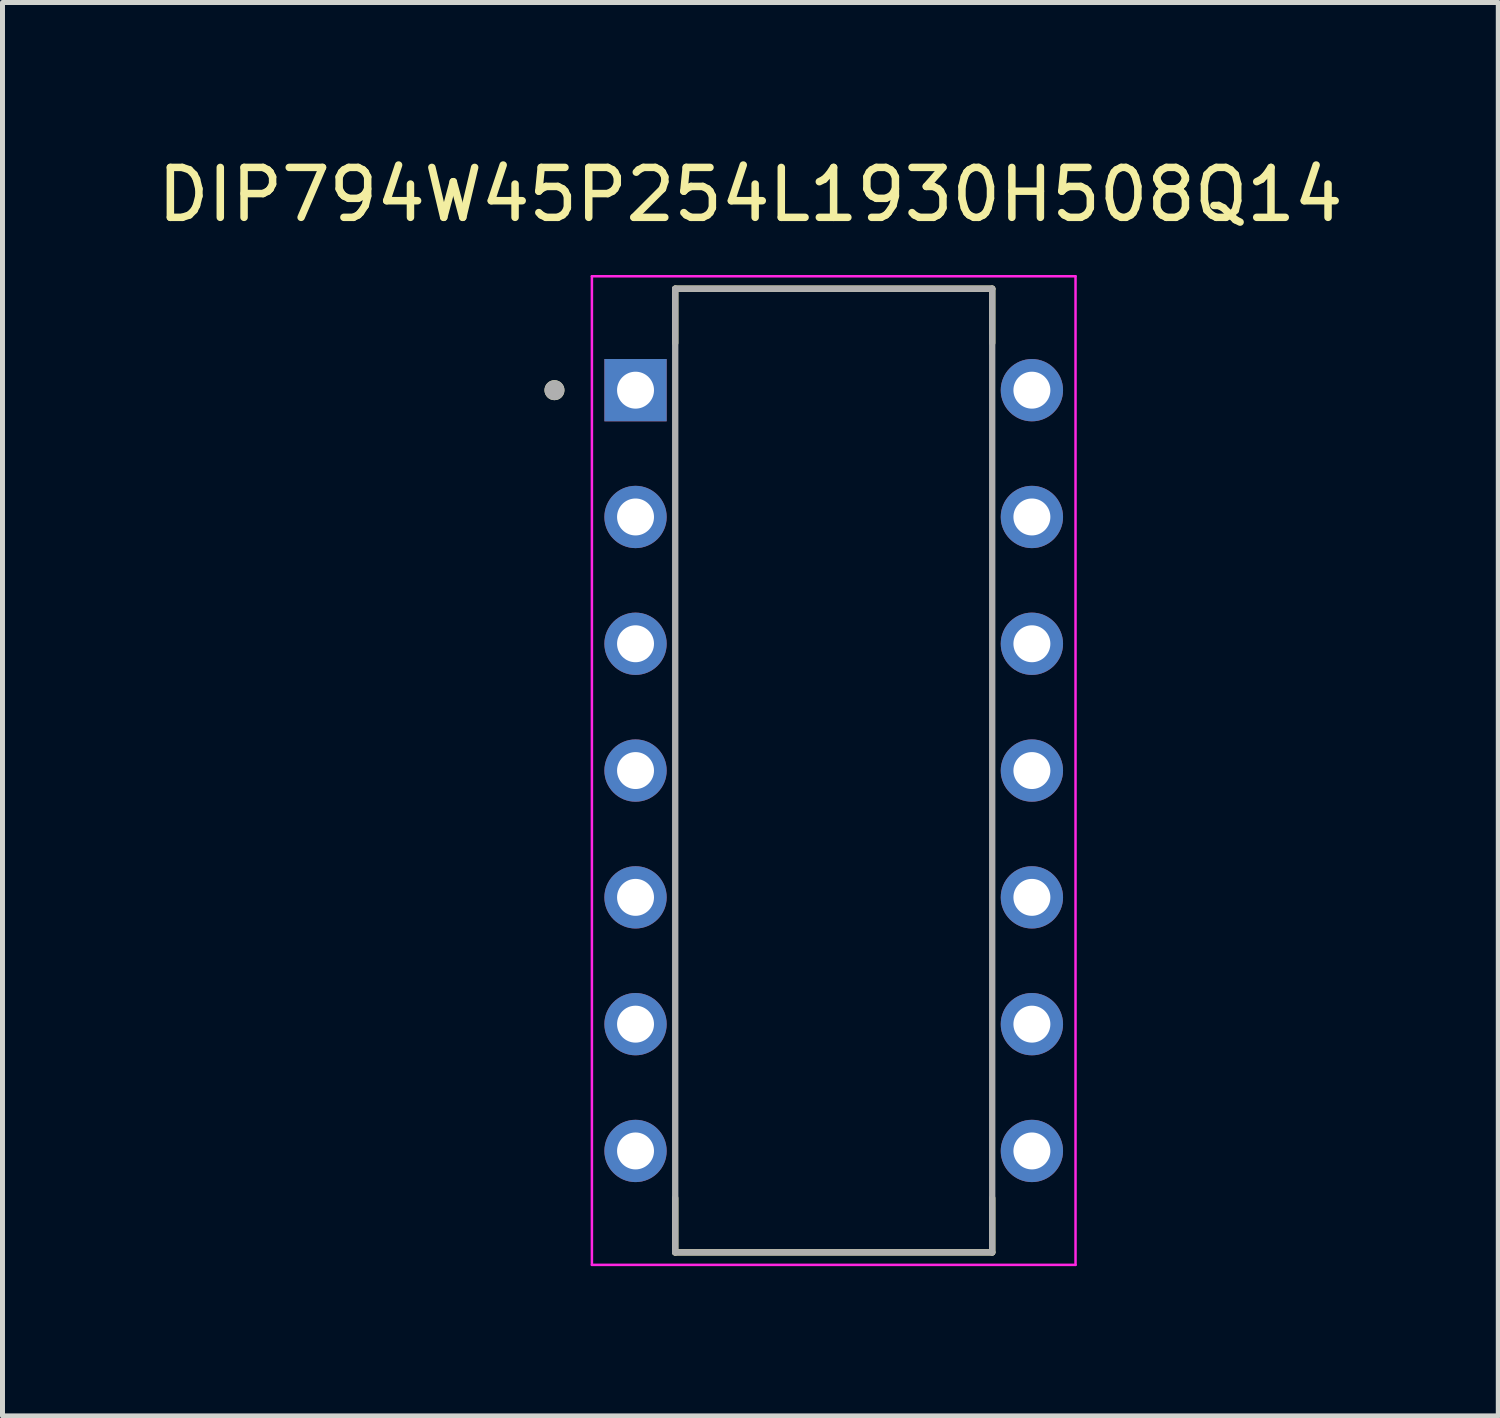
<source format=kicad_pcb>
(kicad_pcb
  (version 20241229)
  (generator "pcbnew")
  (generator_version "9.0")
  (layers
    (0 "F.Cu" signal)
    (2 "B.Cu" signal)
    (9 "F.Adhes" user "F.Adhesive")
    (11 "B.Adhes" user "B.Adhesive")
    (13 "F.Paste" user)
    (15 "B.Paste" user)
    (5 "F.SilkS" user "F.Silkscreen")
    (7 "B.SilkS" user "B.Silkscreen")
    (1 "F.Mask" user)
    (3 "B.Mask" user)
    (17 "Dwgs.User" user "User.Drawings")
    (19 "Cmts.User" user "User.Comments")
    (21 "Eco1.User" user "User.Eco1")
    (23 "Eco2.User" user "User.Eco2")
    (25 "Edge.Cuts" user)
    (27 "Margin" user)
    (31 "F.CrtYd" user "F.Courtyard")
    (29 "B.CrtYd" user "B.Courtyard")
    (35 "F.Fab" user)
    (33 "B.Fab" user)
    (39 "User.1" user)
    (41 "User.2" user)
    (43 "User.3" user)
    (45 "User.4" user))
  (footprint "DIP794W45P254L1930H508Q14"
    (layer "F.Cu")
    (at 13.651 12.386)
    (property "Reference" "DIP794W45P254L1930H508Q14" (at -1.669 -11.537 0) (layer "F.SilkS") (effects (font (size 1 1) (thickness 0.15))))
    (attr through_hole)
    (fp_line (start -3.175 -9.652) (end -3.175 -8.564) (stroke (width 0.127) (type solid)) (layer "F.SilkS"))
    (fp_line (start -3.175 -9.652) (end 3.175 -9.652) (stroke (width 0.127) (type solid)) (layer "F.SilkS"))
    (fp_line (start -3.175 9.652) (end -3.175 8.564) (stroke (width 0.127) (type solid)) (layer "F.SilkS"))
    (fp_line (start -3.175 9.652) (end 3.175 9.652) (stroke (width 0.127) (type solid)) (layer "F.SilkS"))
    (fp_line (start 3.175 -9.652) (end 3.175 -8.564) (stroke (width 0.127) (type solid)) (layer "F.SilkS"))
    (fp_line (start 3.175 9.652) (end 3.175 8.564) (stroke (width 0.127) (type solid)) (layer "F.SilkS"))
    (fp_circle (center -5.594 -7.62) (end -5.494 -7.62) (stroke (width 0.2) (type solid)) (fill no) (layer "F.SilkS"))
    (fp_line (start -4.844 -9.902) (end -4.844 9.902) (stroke (width 0.05) (type solid)) (layer "F.CrtYd"))
    (fp_line (start -4.844 9.902) (end 4.844 9.902) (stroke (width 0.05) (type solid)) (layer "F.CrtYd"))
    (fp_line (start 4.844 -9.902) (end -4.844 -9.902) (stroke (width 0.05) (type solid)) (layer "F.CrtYd"))
    (fp_line (start 4.844 9.902) (end 4.844 -9.902) (stroke (width 0.05) (type solid)) (layer "F.CrtYd"))
    (fp_line (start -3.175 -9.652) (end -3.175 9.652) (stroke (width 0.127) (type solid)) (layer "F.Fab"))
    (fp_line (start -3.175 -9.652) (end 3.175 -9.652) (stroke (width 0.127) (type solid)) (layer "F.Fab"))
    (fp_line (start -3.175 9.652) (end 3.175 9.652) (stroke (width 0.127) (type solid)) (layer "F.Fab"))
    (fp_line (start 3.175 -9.652) (end 3.175 9.652) (stroke (width 0.127) (type solid)) (layer "F.Fab"))
    (fp_circle (center -5.594 -7.62) (end -5.494 -7.62) (stroke (width 0.2) (type solid)) (fill no) (layer "F.Fab"))
    (pad "1" thru_hole rect (at -3.97 -7.62) (size 1.248 1.248) (drill 0.74) (layers "*.Cu" "*.Mask"))
    (pad "2" thru_hole circle (at -3.97 -5.08) (size 1.248 1.248) (drill 0.74) (layers "*.Cu" "*.Mask"))
    (pad "3" thru_hole circle (at -3.97 -2.54) (size 1.248 1.248) (drill 0.74) (layers "*.Cu" "*.Mask"))
    (pad "4" thru_hole circle (at -3.97 0) (size 1.248 1.248) (drill 0.74) (layers "*.Cu" "*.Mask"))
    (pad "5" thru_hole circle (at -3.97 2.54) (size 1.248 1.248) (drill 0.74) (layers "*.Cu" "*.Mask"))
    (pad "6" thru_hole circle (at -3.97 5.08) (size 1.248 1.248) (drill 0.74) (layers "*.Cu" "*.Mask"))
    (pad "7" thru_hole circle (at -3.97 7.62) (size 1.248 1.248) (drill 0.74) (layers "*.Cu" "*.Mask"))
    (pad "8" thru_hole circle (at 3.97 7.62) (size 1.248 1.248) (drill 0.74) (layers "*.Cu" "*.Mask"))
    (pad "9" thru_hole circle (at 3.97 5.08) (size 1.248 1.248) (drill 0.74) (layers "*.Cu" "*.Mask"))
    (pad "10" thru_hole circle (at 3.97 2.54) (size 1.248 1.248) (drill 0.74) (layers "*.Cu" "*.Mask"))
    (pad "11" thru_hole circle (at 3.97 0) (size 1.248 1.248) (drill 0.74) (layers "*.Cu" "*.Mask"))
    (pad "12" thru_hole circle (at 3.97 -2.54) (size 1.248 1.248) (drill 0.74) (layers "*.Cu" "*.Mask"))
    (pad "13" thru_hole circle (at 3.97 -5.08) (size 1.248 1.248) (drill 0.74) (layers "*.Cu" "*.Mask"))
    (pad "14" thru_hole circle (at 3.97 -7.62) (size 1.248 1.248) (drill 0.74) (layers "*.Cu" "*.Mask")))
  (gr_rect
    (start -3 -3)
    (end 26.964 25.313)
    (stroke (width 0.1) (type default))
    (fill no)
    (layer "Edge.Cuts")))
</source>
